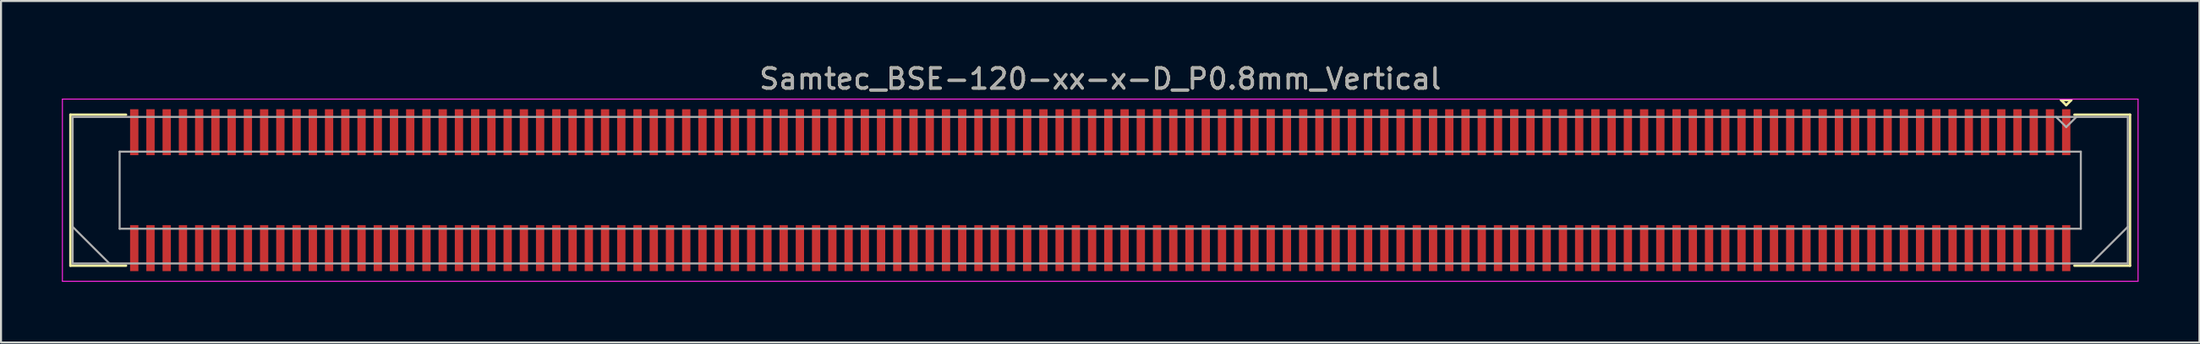
<source format=kicad_pcb>
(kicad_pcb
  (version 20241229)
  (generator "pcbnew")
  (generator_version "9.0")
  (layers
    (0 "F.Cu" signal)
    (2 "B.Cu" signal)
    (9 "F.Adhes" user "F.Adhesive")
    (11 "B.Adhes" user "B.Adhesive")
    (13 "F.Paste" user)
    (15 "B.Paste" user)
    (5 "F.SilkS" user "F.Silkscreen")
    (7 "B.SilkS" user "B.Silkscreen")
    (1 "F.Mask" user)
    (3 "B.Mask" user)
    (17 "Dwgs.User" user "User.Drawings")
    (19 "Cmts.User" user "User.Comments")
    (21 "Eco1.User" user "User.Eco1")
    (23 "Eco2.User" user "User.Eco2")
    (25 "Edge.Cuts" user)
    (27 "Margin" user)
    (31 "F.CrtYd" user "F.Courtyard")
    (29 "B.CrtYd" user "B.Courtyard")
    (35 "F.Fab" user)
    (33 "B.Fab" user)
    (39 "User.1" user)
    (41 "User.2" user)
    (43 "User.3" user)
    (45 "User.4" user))
  (footprint "Samtec_BSE-120-xx-x-D_P0.8mm_Vertical"
    (layer "F.Cu")
    (at 51.165 6.348)
    (property "Reference" "Samtec_BSE-120-xx-x-D_P0.8mm_Vertical" (at 0 -5.5 0) (layer "F.SilkS") (effects (font (size 1 1) (thickness 0.15))))
    (attr smd)
    (fp_line (start -50.745 -3.73) (end -48.005 -3.73) (stroke (width 0.12) (type solid)) (layer "F.SilkS"))
    (fp_line (start -50.745 3.73) (end -50.745 -3.73) (stroke (width 0.12) (type solid)) (layer "F.SilkS"))
    (fp_line (start -48.005 3.73) (end -50.745 3.73) (stroke (width 0.12) (type solid)) (layer "F.SilkS"))
    (fp_line (start 47.35 -4.45) (end 47.85 -4.45) (stroke (width 0.12) (type solid)) (layer "F.SilkS"))
    (fp_line (start 47.6 -4.2) (end 47.35 -4.45) (stroke (width 0.12) (type solid)) (layer "F.SilkS"))
    (fp_line (start 47.85 -4.45) (end 47.6 -4.2) (stroke (width 0.12) (type solid)) (layer "F.SilkS"))
    (fp_line (start 48.005 3.73) (end 50.745 3.73) (stroke (width 0.12) (type solid)) (layer "F.SilkS"))
    (fp_line (start 50.745 -3.73) (end 48.005 -3.73) (stroke (width 0.12) (type solid)) (layer "F.SilkS"))
    (fp_line (start 50.745 3.73) (end 50.745 -3.73) (stroke (width 0.12) (type solid)) (layer "F.SilkS"))
    (fp_line (start -51.14 -4.5) (end -51.14 4.5) (stroke (width 0.05) (type solid)) (layer "F.CrtYd"))
    (fp_line (start -51.14 4.5) (end 51.14 4.5) (stroke (width 0.05) (type solid)) (layer "F.CrtYd"))
    (fp_line (start 51.14 -4.5) (end -51.14 -4.5) (stroke (width 0.05) (type solid)) (layer "F.CrtYd"))
    (fp_line (start 51.14 4.5) (end 51.14 -4.5) (stroke (width 0.05) (type solid)) (layer "F.CrtYd"))
    (fp_line (start -50.635 -3.62) (end -50.635 3.62) (stroke (width 0.1) (type solid)) (layer "F.Fab"))
    (fp_line (start -50.635 1.81) (end -48.825 3.62) (stroke (width 0.1) (type solid)) (layer "F.Fab"))
    (fp_line (start -50.635 3.62) (end 50.635 3.62) (stroke (width 0.1) (type solid)) (layer "F.Fab"))
    (fp_line (start -48.32 -1.905) (end -48.32 1.905) (stroke (width 0.1) (type solid)) (layer "F.Fab"))
    (fp_line (start -48.32 1.905) (end 48.32 1.905) (stroke (width 0.1) (type solid)) (layer "F.Fab"))
    (fp_line (start 47.6 -3.12) (end 47.1 -3.62) (stroke (width 0.1) (type solid)) (layer "F.Fab"))
    (fp_line (start 48.1 -3.62) (end 47.6 -3.12) (stroke (width 0.1) (type solid)) (layer "F.Fab"))
    (fp_line (start 48.32 -1.905) (end -48.32 -1.905) (stroke (width 0.1) (type solid)) (layer "F.Fab"))
    (fp_line (start 48.32 1.905) (end 48.32 -1.905) (stroke (width 0.1) (type solid)) (layer "F.Fab"))
    (fp_line (start 50.635 -3.62) (end -50.635 -3.62) (stroke (width 0.1) (type solid)) (layer "F.Fab"))
    (fp_line (start 50.635 1.81) (end 48.825 3.62) (stroke (width 0.1) (type solid)) (layer "F.Fab"))
    (fp_line (start 50.635 3.62) (end 50.635 -3.62) (stroke (width 0.1) (type solid)) (layer "F.Fab"))
    (fp_text user "${REFERENCE}" (at 0 -5.5 0) (layer "F.Fab") (effects (font (size 1 1) (thickness 0.15))))
    (pad "1" smd rect (at 47.6 -2.865) (size 0.41 2.27) (layers "F.Cu" "F.Mask" "F.Paste"))
    (pad "2" smd rect (at 47.6 2.865) (size 0.41 2.27) (layers "F.Cu" "F.Mask" "F.Paste"))
    (pad "3" smd rect (at 46.8 -2.865) (size 0.41 2.27) (layers "F.Cu" "F.Mask" "F.Paste"))
    (pad "4" smd rect (at 46.8 2.865) (size 0.41 2.27) (layers "F.Cu" "F.Mask" "F.Paste"))
    (pad "5" smd rect (at 46 -2.865) (size 0.41 2.27) (layers "F.Cu" "F.Mask" "F.Paste"))
    (pad "6" smd rect (at 46 2.865) (size 0.41 2.27) (layers "F.Cu" "F.Mask" "F.Paste"))
    (pad "7" smd rect (at 45.2 -2.865) (size 0.41 2.27) (layers "F.Cu" "F.Mask" "F.Paste"))
    (pad "8" smd rect (at 45.2 2.865) (size 0.41 2.27) (layers "F.Cu" "F.Mask" "F.Paste"))
    (pad "9" smd rect (at 44.4 -2.865) (size 0.41 2.27) (layers "F.Cu" "F.Mask" "F.Paste"))
    (pad "10" smd rect (at 44.4 2.865) (size 0.41 2.27) (layers "F.Cu" "F.Mask" "F.Paste"))
    (pad "11" smd rect (at 43.6 -2.865) (size 0.41 2.27) (layers "F.Cu" "F.Mask" "F.Paste"))
    (pad "12" smd rect (at 43.6 2.865) (size 0.41 2.27) (layers "F.Cu" "F.Mask" "F.Paste"))
    (pad "13" smd rect (at 42.8 -2.865) (size 0.41 2.27) (layers "F.Cu" "F.Mask" "F.Paste"))
    (pad "14" smd rect (at 42.8 2.865) (size 0.41 2.27) (layers "F.Cu" "F.Mask" "F.Paste"))
    (pad "15" smd rect (at 42 -2.865) (size 0.41 2.27) (layers "F.Cu" "F.Mask" "F.Paste"))
    (pad "16" smd rect (at 42 2.865) (size 0.41 2.27) (layers "F.Cu" "F.Mask" "F.Paste"))
    (pad "17" smd rect (at 41.2 -2.865) (size 0.41 2.27) (layers "F.Cu" "F.Mask" "F.Paste"))
    (pad "18" smd rect (at 41.2 2.865) (size 0.41 2.27) (layers "F.Cu" "F.Mask" "F.Paste"))
    (pad "19" smd rect (at 40.4 -2.865) (size 0.41 2.27) (layers "F.Cu" "F.Mask" "F.Paste"))
    (pad "20" smd rect (at 40.4 2.865) (size 0.41 2.27) (layers "F.Cu" "F.Mask" "F.Paste"))
    (pad "21" smd rect (at 39.6 -2.865) (size 0.41 2.27) (layers "F.Cu" "F.Mask" "F.Paste"))
    (pad "22" smd rect (at 39.6 2.865) (size 0.41 2.27) (layers "F.Cu" "F.Mask" "F.Paste"))
    (pad "23" smd rect (at 38.8 -2.865) (size 0.41 2.27) (layers "F.Cu" "F.Mask" "F.Paste"))
    (pad "24" smd rect (at 38.8 2.865) (size 0.41 2.27) (layers "F.Cu" "F.Mask" "F.Paste"))
    (pad "25" smd rect (at 38 -2.865) (size 0.41 2.27) (layers "F.Cu" "F.Mask" "F.Paste"))
    (pad "26" smd rect (at 38 2.865) (size 0.41 2.27) (layers "F.Cu" "F.Mask" "F.Paste"))
    (pad "27" smd rect (at 37.2 -2.865) (size 0.41 2.27) (layers "F.Cu" "F.Mask" "F.Paste"))
    (pad "28" smd rect (at 37.2 2.865) (size 0.41 2.27) (layers "F.Cu" "F.Mask" "F.Paste"))
    (pad "29" smd rect (at 36.4 -2.865) (size 0.41 2.27) (layers "F.Cu" "F.Mask" "F.Paste"))
    (pad "30" smd rect (at 36.4 2.865) (size 0.41 2.27) (layers "F.Cu" "F.Mask" "F.Paste"))
    (pad "31" smd rect (at 35.6 -2.865) (size 0.41 2.27) (layers "F.Cu" "F.Mask" "F.Paste"))
    (pad "32" smd rect (at 35.6 2.865) (size 0.41 2.27) (layers "F.Cu" "F.Mask" "F.Paste"))
    (pad "33" smd rect (at 34.8 -2.865) (size 0.41 2.27) (layers "F.Cu" "F.Mask" "F.Paste"))
    (pad "34" smd rect (at 34.8 2.865) (size 0.41 2.27) (layers "F.Cu" "F.Mask" "F.Paste"))
    (pad "35" smd rect (at 34 -2.865) (size 0.41 2.27) (layers "F.Cu" "F.Mask" "F.Paste"))
    (pad "36" smd rect (at 34 2.865) (size 0.41 2.27) (layers "F.Cu" "F.Mask" "F.Paste"))
    (pad "37" smd rect (at 33.2 -2.865) (size 0.41 2.27) (layers "F.Cu" "F.Mask" "F.Paste"))
    (pad "38" smd rect (at 33.2 2.865) (size 0.41 2.27) (layers "F.Cu" "F.Mask" "F.Paste"))
    (pad "39" smd rect (at 32.4 -2.865) (size 0.41 2.27) (layers "F.Cu" "F.Mask" "F.Paste"))
    (pad "40" smd rect (at 32.4 2.865) (size 0.41 2.27) (layers "F.Cu" "F.Mask" "F.Paste"))
    (pad "41" smd rect (at 31.6 -2.865) (size 0.41 2.27) (layers "F.Cu" "F.Mask" "F.Paste"))
    (pad "42" smd rect (at 31.6 2.865) (size 0.41 2.27) (layers "F.Cu" "F.Mask" "F.Paste"))
    (pad "43" smd rect (at 30.8 -2.865) (size 0.41 2.27) (layers "F.Cu" "F.Mask" "F.Paste"))
    (pad "44" smd rect (at 30.8 2.865) (size 0.41 2.27) (layers "F.Cu" "F.Mask" "F.Paste"))
    (pad "45" smd rect (at 30 -2.865) (size 0.41 2.27) (layers "F.Cu" "F.Mask" "F.Paste"))
    (pad "46" smd rect (at 30 2.865) (size 0.41 2.27) (layers "F.Cu" "F.Mask" "F.Paste"))
    (pad "47" smd rect (at 29.2 -2.865) (size 0.41 2.27) (layers "F.Cu" "F.Mask" "F.Paste"))
    (pad "48" smd rect (at 29.2 2.865) (size 0.41 2.27) (layers "F.Cu" "F.Mask" "F.Paste"))
    (pad "49" smd rect (at 28.4 -2.865) (size 0.41 2.27) (layers "F.Cu" "F.Mask" "F.Paste"))
    (pad "50" smd rect (at 28.4 2.865) (size 0.41 2.27) (layers "F.Cu" "F.Mask" "F.Paste"))
    (pad "51" smd rect (at 27.6 -2.865) (size 0.41 2.27) (layers "F.Cu" "F.Mask" "F.Paste"))
    (pad "52" smd rect (at 27.6 2.865) (size 0.41 2.27) (layers "F.Cu" "F.Mask" "F.Paste"))
    (pad "53" smd rect (at 26.8 -2.865) (size 0.41 2.27) (layers "F.Cu" "F.Mask" "F.Paste"))
    (pad "54" smd rect (at 26.8 2.865) (size 0.41 2.27) (layers "F.Cu" "F.Mask" "F.Paste"))
    (pad "55" smd rect (at 26 -2.865) (size 0.41 2.27) (layers "F.Cu" "F.Mask" "F.Paste"))
    (pad "56" smd rect (at 26 2.865) (size 0.41 2.27) (layers "F.Cu" "F.Mask" "F.Paste"))
    (pad "57" smd rect (at 25.2 -2.865) (size 0.41 2.27) (layers "F.Cu" "F.Mask" "F.Paste"))
    (pad "58" smd rect (at 25.2 2.865) (size 0.41 2.27) (layers "F.Cu" "F.Mask" "F.Paste"))
    (pad "59" smd rect (at 24.4 -2.865) (size 0.41 2.27) (layers "F.Cu" "F.Mask" "F.Paste"))
    (pad "60" smd rect (at 24.4 2.865) (size 0.41 2.27) (layers "F.Cu" "F.Mask" "F.Paste"))
    (pad "61" smd rect (at 23.6 -2.865) (size 0.41 2.27) (layers "F.Cu" "F.Mask" "F.Paste"))
    (pad "62" smd rect (at 23.6 2.865) (size 0.41 2.27) (layers "F.Cu" "F.Mask" "F.Paste"))
    (pad "63" smd rect (at 22.8 -2.865) (size 0.41 2.27) (layers "F.Cu" "F.Mask" "F.Paste"))
    (pad "64" smd rect (at 22.8 2.865) (size 0.41 2.27) (layers "F.Cu" "F.Mask" "F.Paste"))
    (pad "65" smd rect (at 22 -2.865) (size 0.41 2.27) (layers "F.Cu" "F.Mask" "F.Paste"))
    (pad "66" smd rect (at 22 2.865) (size 0.41 2.27) (layers "F.Cu" "F.Mask" "F.Paste"))
    (pad "67" smd rect (at 21.2 -2.865) (size 0.41 2.27) (layers "F.Cu" "F.Mask" "F.Paste"))
    (pad "68" smd rect (at 21.2 2.865) (size 0.41 2.27) (layers "F.Cu" "F.Mask" "F.Paste"))
    (pad "69" smd rect (at 20.4 -2.865) (size 0.41 2.27) (layers "F.Cu" "F.Mask" "F.Paste"))
    (pad "70" smd rect (at 20.4 2.865) (size 0.41 2.27) (layers "F.Cu" "F.Mask" "F.Paste"))
    (pad "71" smd rect (at 19.6 -2.865) (size 0.41 2.27) (layers "F.Cu" "F.Mask" "F.Paste"))
    (pad "72" smd rect (at 19.6 2.865) (size 0.41 2.27) (layers "F.Cu" "F.Mask" "F.Paste"))
    (pad "73" smd rect (at 18.8 -2.865) (size 0.41 2.27) (layers "F.Cu" "F.Mask" "F.Paste"))
    (pad "74" smd rect (at 18.8 2.865) (size 0.41 2.27) (layers "F.Cu" "F.Mask" "F.Paste"))
    (pad "75" smd rect (at 18 -2.865) (size 0.41 2.27) (layers "F.Cu" "F.Mask" "F.Paste"))
    (pad "76" smd rect (at 18 2.865) (size 0.41 2.27) (layers "F.Cu" "F.Mask" "F.Paste"))
    (pad "77" smd rect (at 17.2 -2.865) (size 0.41 2.27) (layers "F.Cu" "F.Mask" "F.Paste"))
    (pad "78" smd rect (at 17.2 2.865) (size 0.41 2.27) (layers "F.Cu" "F.Mask" "F.Paste"))
    (pad "79" smd rect (at 16.4 -2.865) (size 0.41 2.27) (layers "F.Cu" "F.Mask" "F.Paste"))
    (pad "80" smd rect (at 16.4 2.865) (size 0.41 2.27) (layers "F.Cu" "F.Mask" "F.Paste"))
    (pad "81" smd rect (at 15.6 -2.865) (size 0.41 2.27) (layers "F.Cu" "F.Mask" "F.Paste"))
    (pad "82" smd rect (at 15.6 2.865) (size 0.41 2.27) (layers "F.Cu" "F.Mask" "F.Paste"))
    (pad "83" smd rect (at 14.8 -2.865) (size 0.41 2.27) (layers "F.Cu" "F.Mask" "F.Paste"))
    (pad "84" smd rect (at 14.8 2.865) (size 0.41 2.27) (layers "F.Cu" "F.Mask" "F.Paste"))
    (pad "85" smd rect (at 14 -2.865) (size 0.41 2.27) (layers "F.Cu" "F.Mask" "F.Paste"))
    (pad "86" smd rect (at 14 2.865) (size 0.41 2.27) (layers "F.Cu" "F.Mask" "F.Paste"))
    (pad "87" smd rect (at 13.2 -2.865) (size 0.41 2.27) (layers "F.Cu" "F.Mask" "F.Paste"))
    (pad "88" smd rect (at 13.2 2.865) (size 0.41 2.27) (layers "F.Cu" "F.Mask" "F.Paste"))
    (pad "89" smd rect (at 12.4 -2.865) (size 0.41 2.27) (layers "F.Cu" "F.Mask" "F.Paste"))
    (pad "90" smd rect (at 12.4 2.865) (size 0.41 2.27) (layers "F.Cu" "F.Mask" "F.Paste"))
    (pad "91" smd rect (at 11.6 -2.865) (size 0.41 2.27) (layers "F.Cu" "F.Mask" "F.Paste"))
    (pad "92" smd rect (at 11.6 2.865) (size 0.41 2.27) (layers "F.Cu" "F.Mask" "F.Paste"))
    (pad "93" smd rect (at 10.8 -2.865) (size 0.41 2.27) (layers "F.Cu" "F.Mask" "F.Paste"))
    (pad "94" smd rect (at 10.8 2.865) (size 0.41 2.27) (layers "F.Cu" "F.Mask" "F.Paste"))
    (pad "95" smd rect (at 10 -2.865) (size 0.41 2.27) (layers "F.Cu" "F.Mask" "F.Paste"))
    (pad "96" smd rect (at 10 2.865) (size 0.41 2.27) (layers "F.Cu" "F.Mask" "F.Paste"))
    (pad "97" smd rect (at 9.2 -2.865) (size 0.41 2.27) (layers "F.Cu" "F.Mask" "F.Paste"))
    (pad "98" smd rect (at 9.2 2.865) (size 0.41 2.27) (layers "F.Cu" "F.Mask" "F.Paste"))
    (pad "99" smd rect (at 8.4 -2.865) (size 0.41 2.27) (layers "F.Cu" "F.Mask" "F.Paste"))
    (pad "100" smd rect (at 8.4 2.865) (size 0.41 2.27) (layers "F.Cu" "F.Mask" "F.Paste"))
    (pad "101" smd rect (at 7.6 -2.865) (size 0.41 2.27) (layers "F.Cu" "F.Mask" "F.Paste"))
    (pad "102" smd rect (at 7.6 2.865) (size 0.41 2.27) (layers "F.Cu" "F.Mask" "F.Paste"))
    (pad "103" smd rect (at 6.8 -2.865) (size 0.41 2.27) (layers "F.Cu" "F.Mask" "F.Paste"))
    (pad "104" smd rect (at 6.8 2.865) (size 0.41 2.27) (layers "F.Cu" "F.Mask" "F.Paste"))
    (pad "105" smd rect (at 6 -2.865) (size 0.41 2.27) (layers "F.Cu" "F.Mask" "F.Paste"))
    (pad "106" smd rect (at 6 2.865) (size 0.41 2.27) (layers "F.Cu" "F.Mask" "F.Paste"))
    (pad "107" smd rect (at 5.2 -2.865) (size 0.41 2.27) (layers "F.Cu" "F.Mask" "F.Paste"))
    (pad "108" smd rect (at 5.2 2.865) (size 0.41 2.27) (layers "F.Cu" "F.Mask" "F.Paste"))
    (pad "109" smd rect (at 4.4 -2.865) (size 0.41 2.27) (layers "F.Cu" "F.Mask" "F.Paste"))
    (pad "110" smd rect (at 4.4 2.865) (size 0.41 2.27) (layers "F.Cu" "F.Mask" "F.Paste"))
    (pad "111" smd rect (at 3.6 -2.865) (size 0.41 2.27) (layers "F.Cu" "F.Mask" "F.Paste"))
    (pad "112" smd rect (at 3.6 2.865) (size 0.41 2.27) (layers "F.Cu" "F.Mask" "F.Paste"))
    (pad "113" smd rect (at 2.8 -2.865) (size 0.41 2.27) (layers "F.Cu" "F.Mask" "F.Paste"))
    (pad "114" smd rect (at 2.8 2.865) (size 0.41 2.27) (layers "F.Cu" "F.Mask" "F.Paste"))
    (pad "115" smd rect (at 2 -2.865) (size 0.41 2.27) (layers "F.Cu" "F.Mask" "F.Paste"))
    (pad "116" smd rect (at 2 2.865) (size 0.41 2.27) (layers "F.Cu" "F.Mask" "F.Paste"))
    (pad "117" smd rect (at 1.2 -2.865) (size 0.41 2.27) (layers "F.Cu" "F.Mask" "F.Paste"))
    (pad "118" smd rect (at 1.2 2.865) (size 0.41 2.27) (layers "F.Cu" "F.Mask" "F.Paste"))
    (pad "119" smd rect (at 0.4 -2.865) (size 0.41 2.27) (layers "F.Cu" "F.Mask" "F.Paste"))
    (pad "120" smd rect (at 0.4 2.865) (size 0.41 2.27) (layers "F.Cu" "F.Mask" "F.Paste"))
    (pad "121" smd rect (at -0.4 -2.865) (size 0.41 2.27) (layers "F.Cu" "F.Mask" "F.Paste"))
    (pad "122" smd rect (at -0.4 2.865) (size 0.41 2.27) (layers "F.Cu" "F.Mask" "F.Paste"))
    (pad "123" smd rect (at -1.2 -2.865) (size 0.41 2.27) (layers "F.Cu" "F.Mask" "F.Paste"))
    (pad "124" smd rect (at -1.2 2.865) (size 0.41 2.27) (layers "F.Cu" "F.Mask" "F.Paste"))
    (pad "125" smd rect (at -2 -2.865) (size 0.41 2.27) (layers "F.Cu" "F.Mask" "F.Paste"))
    (pad "126" smd rect (at -2 2.865) (size 0.41 2.27) (layers "F.Cu" "F.Mask" "F.Paste"))
    (pad "127" smd rect (at -2.8 -2.865) (size 0.41 2.27) (layers "F.Cu" "F.Mask" "F.Paste"))
    (pad "128" smd rect (at -2.8 2.865) (size 0.41 2.27) (layers "F.Cu" "F.Mask" "F.Paste"))
    (pad "129" smd rect (at -3.6 -2.865) (size 0.41 2.27) (layers "F.Cu" "F.Mask" "F.Paste"))
    (pad "130" smd rect (at -3.6 2.865) (size 0.41 2.27) (layers "F.Cu" "F.Mask" "F.Paste"))
    (pad "131" smd rect (at -4.4 -2.865) (size 0.41 2.27) (layers "F.Cu" "F.Mask" "F.Paste"))
    (pad "132" smd rect (at -4.4 2.865) (size 0.41 2.27) (layers "F.Cu" "F.Mask" "F.Paste"))
    (pad "133" smd rect (at -5.2 -2.865) (size 0.41 2.27) (layers "F.Cu" "F.Mask" "F.Paste"))
    (pad "134" smd rect (at -5.2 2.865) (size 0.41 2.27) (layers "F.Cu" "F.Mask" "F.Paste"))
    (pad "135" smd rect (at -6 -2.865) (size 0.41 2.27) (layers "F.Cu" "F.Mask" "F.Paste"))
    (pad "136" smd rect (at -6 2.865) (size 0.41 2.27) (layers "F.Cu" "F.Mask" "F.Paste"))
    (pad "137" smd rect (at -6.8 -2.865) (size 0.41 2.27) (layers "F.Cu" "F.Mask" "F.Paste"))
    (pad "138" smd rect (at -6.8 2.865) (size 0.41 2.27) (layers "F.Cu" "F.Mask" "F.Paste"))
    (pad "139" smd rect (at -7.6 -2.865) (size 0.41 2.27) (layers "F.Cu" "F.Mask" "F.Paste"))
    (pad "140" smd rect (at -7.6 2.865) (size 0.41 2.27) (layers "F.Cu" "F.Mask" "F.Paste"))
    (pad "141" smd rect (at -8.4 -2.865) (size 0.41 2.27) (layers "F.Cu" "F.Mask" "F.Paste"))
    (pad "142" smd rect (at -8.4 2.865) (size 0.41 2.27) (layers "F.Cu" "F.Mask" "F.Paste"))
    (pad "143" smd rect (at -9.2 -2.865) (size 0.41 2.27) (layers "F.Cu" "F.Mask" "F.Paste"))
    (pad "144" smd rect (at -9.2 2.865) (size 0.41 2.27) (layers "F.Cu" "F.Mask" "F.Paste"))
    (pad "145" smd rect (at -10 -2.865) (size 0.41 2.27) (layers "F.Cu" "F.Mask" "F.Paste"))
    (pad "146" smd rect (at -10 2.865) (size 0.41 2.27) (layers "F.Cu" "F.Mask" "F.Paste"))
    (pad "147" smd rect (at -10.8 -2.865) (size 0.41 2.27) (layers "F.Cu" "F.Mask" "F.Paste"))
    (pad "148" smd rect (at -10.8 2.865) (size 0.41 2.27) (layers "F.Cu" "F.Mask" "F.Paste"))
    (pad "149" smd rect (at -11.6 -2.865) (size 0.41 2.27) (layers "F.Cu" "F.Mask" "F.Paste"))
    (pad "150" smd rect (at -11.6 2.865) (size 0.41 2.27) (layers "F.Cu" "F.Mask" "F.Paste"))
    (pad "151" smd rect (at -12.4 -2.865) (size 0.41 2.27) (layers "F.Cu" "F.Mask" "F.Paste"))
    (pad "152" smd rect (at -12.4 2.865) (size 0.41 2.27) (layers "F.Cu" "F.Mask" "F.Paste"))
    (pad "153" smd rect (at -13.2 -2.865) (size 0.41 2.27) (layers "F.Cu" "F.Mask" "F.Paste"))
    (pad "154" smd rect (at -13.2 2.865) (size 0.41 2.27) (layers "F.Cu" "F.Mask" "F.Paste"))
    (pad "155" smd rect (at -14 -2.865) (size 0.41 2.27) (layers "F.Cu" "F.Mask" "F.Paste"))
    (pad "156" smd rect (at -14 2.865) (size 0.41 2.27) (layers "F.Cu" "F.Mask" "F.Paste"))
    (pad "157" smd rect (at -14.8 -2.865) (size 0.41 2.27) (layers "F.Cu" "F.Mask" "F.Paste"))
    (pad "158" smd rect (at -14.8 2.865) (size 0.41 2.27) (layers "F.Cu" "F.Mask" "F.Paste"))
    (pad "159" smd rect (at -15.6 -2.865) (size 0.41 2.27) (layers "F.Cu" "F.Mask" "F.Paste"))
    (pad "160" smd rect (at -15.6 2.865) (size 0.41 2.27) (layers "F.Cu" "F.Mask" "F.Paste"))
    (pad "161" smd rect (at -16.4 -2.865) (size 0.41 2.27) (layers "F.Cu" "F.Mask" "F.Paste"))
    (pad "162" smd rect (at -16.4 2.865) (size 0.41 2.27) (layers "F.Cu" "F.Mask" "F.Paste"))
    (pad "163" smd rect (at -17.2 -2.865) (size 0.41 2.27) (layers "F.Cu" "F.Mask" "F.Paste"))
    (pad "164" smd rect (at -17.2 2.865) (size 0.41 2.27) (layers "F.Cu" "F.Mask" "F.Paste"))
    (pad "165" smd rect (at -18 -2.865) (size 0.41 2.27) (layers "F.Cu" "F.Mask" "F.Paste"))
    (pad "166" smd rect (at -18 2.865) (size 0.41 2.27) (layers "F.Cu" "F.Mask" "F.Paste"))
    (pad "167" smd rect (at -18.8 -2.865) (size 0.41 2.27) (layers "F.Cu" "F.Mask" "F.Paste"))
    (pad "168" smd rect (at -18.8 2.865) (size 0.41 2.27) (layers "F.Cu" "F.Mask" "F.Paste"))
    (pad "169" smd rect (at -19.6 -2.865) (size 0.41 2.27) (layers "F.Cu" "F.Mask" "F.Paste"))
    (pad "170" smd rect (at -19.6 2.865) (size 0.41 2.27) (layers "F.Cu" "F.Mask" "F.Paste"))
    (pad "171" smd rect (at -20.4 -2.865) (size 0.41 2.27) (layers "F.Cu" "F.Mask" "F.Paste"))
    (pad "172" smd rect (at -20.4 2.865) (size 0.41 2.27) (layers "F.Cu" "F.Mask" "F.Paste"))
    (pad "173" smd rect (at -21.2 -2.865) (size 0.41 2.27) (layers "F.Cu" "F.Mask" "F.Paste"))
    (pad "174" smd rect (at -21.2 2.865) (size 0.41 2.27) (layers "F.Cu" "F.Mask" "F.Paste"))
    (pad "175" smd rect (at -22 -2.865) (size 0.41 2.27) (layers "F.Cu" "F.Mask" "F.Paste"))
    (pad "176" smd rect (at -22 2.865) (size 0.41 2.27) (layers "F.Cu" "F.Mask" "F.Paste"))
    (pad "177" smd rect (at -22.8 -2.865) (size 0.41 2.27) (layers "F.Cu" "F.Mask" "F.Paste"))
    (pad "178" smd rect (at -22.8 2.865) (size 0.41 2.27) (layers "F.Cu" "F.Mask" "F.Paste"))
    (pad "179" smd rect (at -23.6 -2.865) (size 0.41 2.27) (layers "F.Cu" "F.Mask" "F.Paste"))
    (pad "180" smd rect (at -23.6 2.865) (size 0.41 2.27) (layers "F.Cu" "F.Mask" "F.Paste"))
    (pad "181" smd rect (at -24.4 -2.865) (size 0.41 2.27) (layers "F.Cu" "F.Mask" "F.Paste"))
    (pad "182" smd rect (at -24.4 2.865) (size 0.41 2.27) (layers "F.Cu" "F.Mask" "F.Paste"))
    (pad "183" smd rect (at -25.2 -2.865) (size 0.41 2.27) (layers "F.Cu" "F.Mask" "F.Paste"))
    (pad "184" smd rect (at -25.2 2.865) (size 0.41 2.27) (layers "F.Cu" "F.Mask" "F.Paste"))
    (pad "185" smd rect (at -26 -2.865) (size 0.41 2.27) (layers "F.Cu" "F.Mask" "F.Paste"))
    (pad "186" smd rect (at -26 2.865) (size 0.41 2.27) (layers "F.Cu" "F.Mask" "F.Paste"))
    (pad "187" smd rect (at -26.8 -2.865) (size 0.41 2.27) (layers "F.Cu" "F.Mask" "F.Paste"))
    (pad "188" smd rect (at -26.8 2.865) (size 0.41 2.27) (layers "F.Cu" "F.Mask" "F.Paste"))
    (pad "189" smd rect (at -27.6 -2.865) (size 0.41 2.27) (layers "F.Cu" "F.Mask" "F.Paste"))
    (pad "190" smd rect (at -27.6 2.865) (size 0.41 2.27) (layers "F.Cu" "F.Mask" "F.Paste"))
    (pad "191" smd rect (at -28.4 -2.865) (size 0.41 2.27) (layers "F.Cu" "F.Mask" "F.Paste"))
    (pad "192" smd rect (at -28.4 2.865) (size 0.41 2.27) (layers "F.Cu" "F.Mask" "F.Paste"))
    (pad "193" smd rect (at -29.2 -2.865) (size 0.41 2.27) (layers "F.Cu" "F.Mask" "F.Paste"))
    (pad "194" smd rect (at -29.2 2.865) (size 0.41 2.27) (layers "F.Cu" "F.Mask" "F.Paste"))
    (pad "195" smd rect (at -30 -2.865) (size 0.41 2.27) (layers "F.Cu" "F.Mask" "F.Paste"))
    (pad "196" smd rect (at -30 2.865) (size 0.41 2.27) (layers "F.Cu" "F.Mask" "F.Paste"))
    (pad "197" smd rect (at -30.8 -2.865) (size 0.41 2.27) (layers "F.Cu" "F.Mask" "F.Paste"))
    (pad "198" smd rect (at -30.8 2.865) (size 0.41 2.27) (layers "F.Cu" "F.Mask" "F.Paste"))
    (pad "199" smd rect (at -31.6 -2.865) (size 0.41 2.27) (layers "F.Cu" "F.Mask" "F.Paste"))
    (pad "200" smd rect (at -31.6 2.865) (size 0.41 2.27) (layers "F.Cu" "F.Mask" "F.Paste"))
    (pad "201" smd rect (at -32.4 -2.865) (size 0.41 2.27) (layers "F.Cu" "F.Mask" "F.Paste"))
    (pad "202" smd rect (at -32.4 2.865) (size 0.41 2.27) (layers "F.Cu" "F.Mask" "F.Paste"))
    (pad "203" smd rect (at -33.2 -2.865) (size 0.41 2.27) (layers "F.Cu" "F.Mask" "F.Paste"))
    (pad "204" smd rect (at -33.2 2.865) (size 0.41 2.27) (layers "F.Cu" "F.Mask" "F.Paste"))
    (pad "205" smd rect (at -34 -2.865) (size 0.41 2.27) (layers "F.Cu" "F.Mask" "F.Paste"))
    (pad "206" smd rect (at -34 2.865) (size 0.41 2.27) (layers "F.Cu" "F.Mask" "F.Paste"))
    (pad "207" smd rect (at -34.8 -2.865) (size 0.41 2.27) (layers "F.Cu" "F.Mask" "F.Paste"))
    (pad "208" smd rect (at -34.8 2.865) (size 0.41 2.27) (layers "F.Cu" "F.Mask" "F.Paste"))
    (pad "209" smd rect (at -35.6 -2.865) (size 0.41 2.27) (layers "F.Cu" "F.Mask" "F.Paste"))
    (pad "210" smd rect (at -35.6 2.865) (size 0.41 2.27) (layers "F.Cu" "F.Mask" "F.Paste"))
    (pad "211" smd rect (at -36.4 -2.865) (size 0.41 2.27) (layers "F.Cu" "F.Mask" "F.Paste"))
    (pad "212" smd rect (at -36.4 2.865) (size 0.41 2.27) (layers "F.Cu" "F.Mask" "F.Paste"))
    (pad "213" smd rect (at -37.2 -2.865) (size 0.41 2.27) (layers "F.Cu" "F.Mask" "F.Paste"))
    (pad "214" smd rect (at -37.2 2.865) (size 0.41 2.27) (layers "F.Cu" "F.Mask" "F.Paste"))
    (pad "215" smd rect (at -38 -2.865) (size 0.41 2.27) (layers "F.Cu" "F.Mask" "F.Paste"))
    (pad "216" smd rect (at -38 2.865) (size 0.41 2.27) (layers "F.Cu" "F.Mask" "F.Paste"))
    (pad "217" smd rect (at -38.8 -2.865) (size 0.41 2.27) (layers "F.Cu" "F.Mask" "F.Paste"))
    (pad "218" smd rect (at -38.8 2.865) (size 0.41 2.27) (layers "F.Cu" "F.Mask" "F.Paste"))
    (pad "219" smd rect (at -39.6 -2.865) (size 0.41 2.27) (layers "F.Cu" "F.Mask" "F.Paste"))
    (pad "220" smd rect (at -39.6 2.865) (size 0.41 2.27) (layers "F.Cu" "F.Mask" "F.Paste"))
    (pad "221" smd rect (at -40.4 -2.865) (size 0.41 2.27) (layers "F.Cu" "F.Mask" "F.Paste"))
    (pad "222" smd rect (at -40.4 2.865) (size 0.41 2.27) (layers "F.Cu" "F.Mask" "F.Paste"))
    (pad "223" smd rect (at -41.2 -2.865) (size 0.41 2.27) (layers "F.Cu" "F.Mask" "F.Paste"))
    (pad "224" smd rect (at -41.2 2.865) (size 0.41 2.27) (layers "F.Cu" "F.Mask" "F.Paste"))
    (pad "225" smd rect (at -42 -2.865) (size 0.41 2.27) (layers "F.Cu" "F.Mask" "F.Paste"))
    (pad "226" smd rect (at -42 2.865) (size 0.41 2.27) (layers "F.Cu" "F.Mask" "F.Paste"))
    (pad "227" smd rect (at -42.8 -2.865) (size 0.41 2.27) (layers "F.Cu" "F.Mask" "F.Paste"))
    (pad "228" smd rect (at -42.8 2.865) (size 0.41 2.27) (layers "F.Cu" "F.Mask" "F.Paste"))
    (pad "229" smd rect (at -43.6 -2.865) (size 0.41 2.27) (layers "F.Cu" "F.Mask" "F.Paste"))
    (pad "230" smd rect (at -43.6 2.865) (size 0.41 2.27) (layers "F.Cu" "F.Mask" "F.Paste"))
    (pad "231" smd rect (at -44.4 -2.865) (size 0.41 2.27) (layers "F.Cu" "F.Mask" "F.Paste"))
    (pad "232" smd rect (at -44.4 2.865) (size 0.41 2.27) (layers "F.Cu" "F.Mask" "F.Paste"))
    (pad "233" smd rect (at -45.2 -2.865) (size 0.41 2.27) (layers "F.Cu" "F.Mask" "F.Paste"))
    (pad "234" smd rect (at -45.2 2.865) (size 0.41 2.27) (layers "F.Cu" "F.Mask" "F.Paste"))
    (pad "235" smd rect (at -46 -2.865) (size 0.41 2.27) (layers "F.Cu" "F.Mask" "F.Paste"))
    (pad "236" smd rect (at -46 2.865) (size 0.41 2.27) (layers "F.Cu" "F.Mask" "F.Paste"))
    (pad "237" smd rect (at -46.8 -2.865) (size 0.41 2.27) (layers "F.Cu" "F.Mask" "F.Paste"))
    (pad "238" smd rect (at -46.8 2.865) (size 0.41 2.27) (layers "F.Cu" "F.Mask" "F.Paste"))
    (pad "239" smd rect (at -47.6 -2.865) (size 0.41 2.27) (layers "F.Cu" "F.Mask" "F.Paste"))
    (pad "240" smd rect (at -47.6 2.865) (size 0.41 2.27) (layers "F.Cu" "F.Mask" "F.Paste")))
  (gr_rect
    (start -3 -3)
    (end 105.33 13.873)
    (stroke (width 0.1) (type default))
    (fill no)
    (layer "Edge.Cuts")))
</source>
